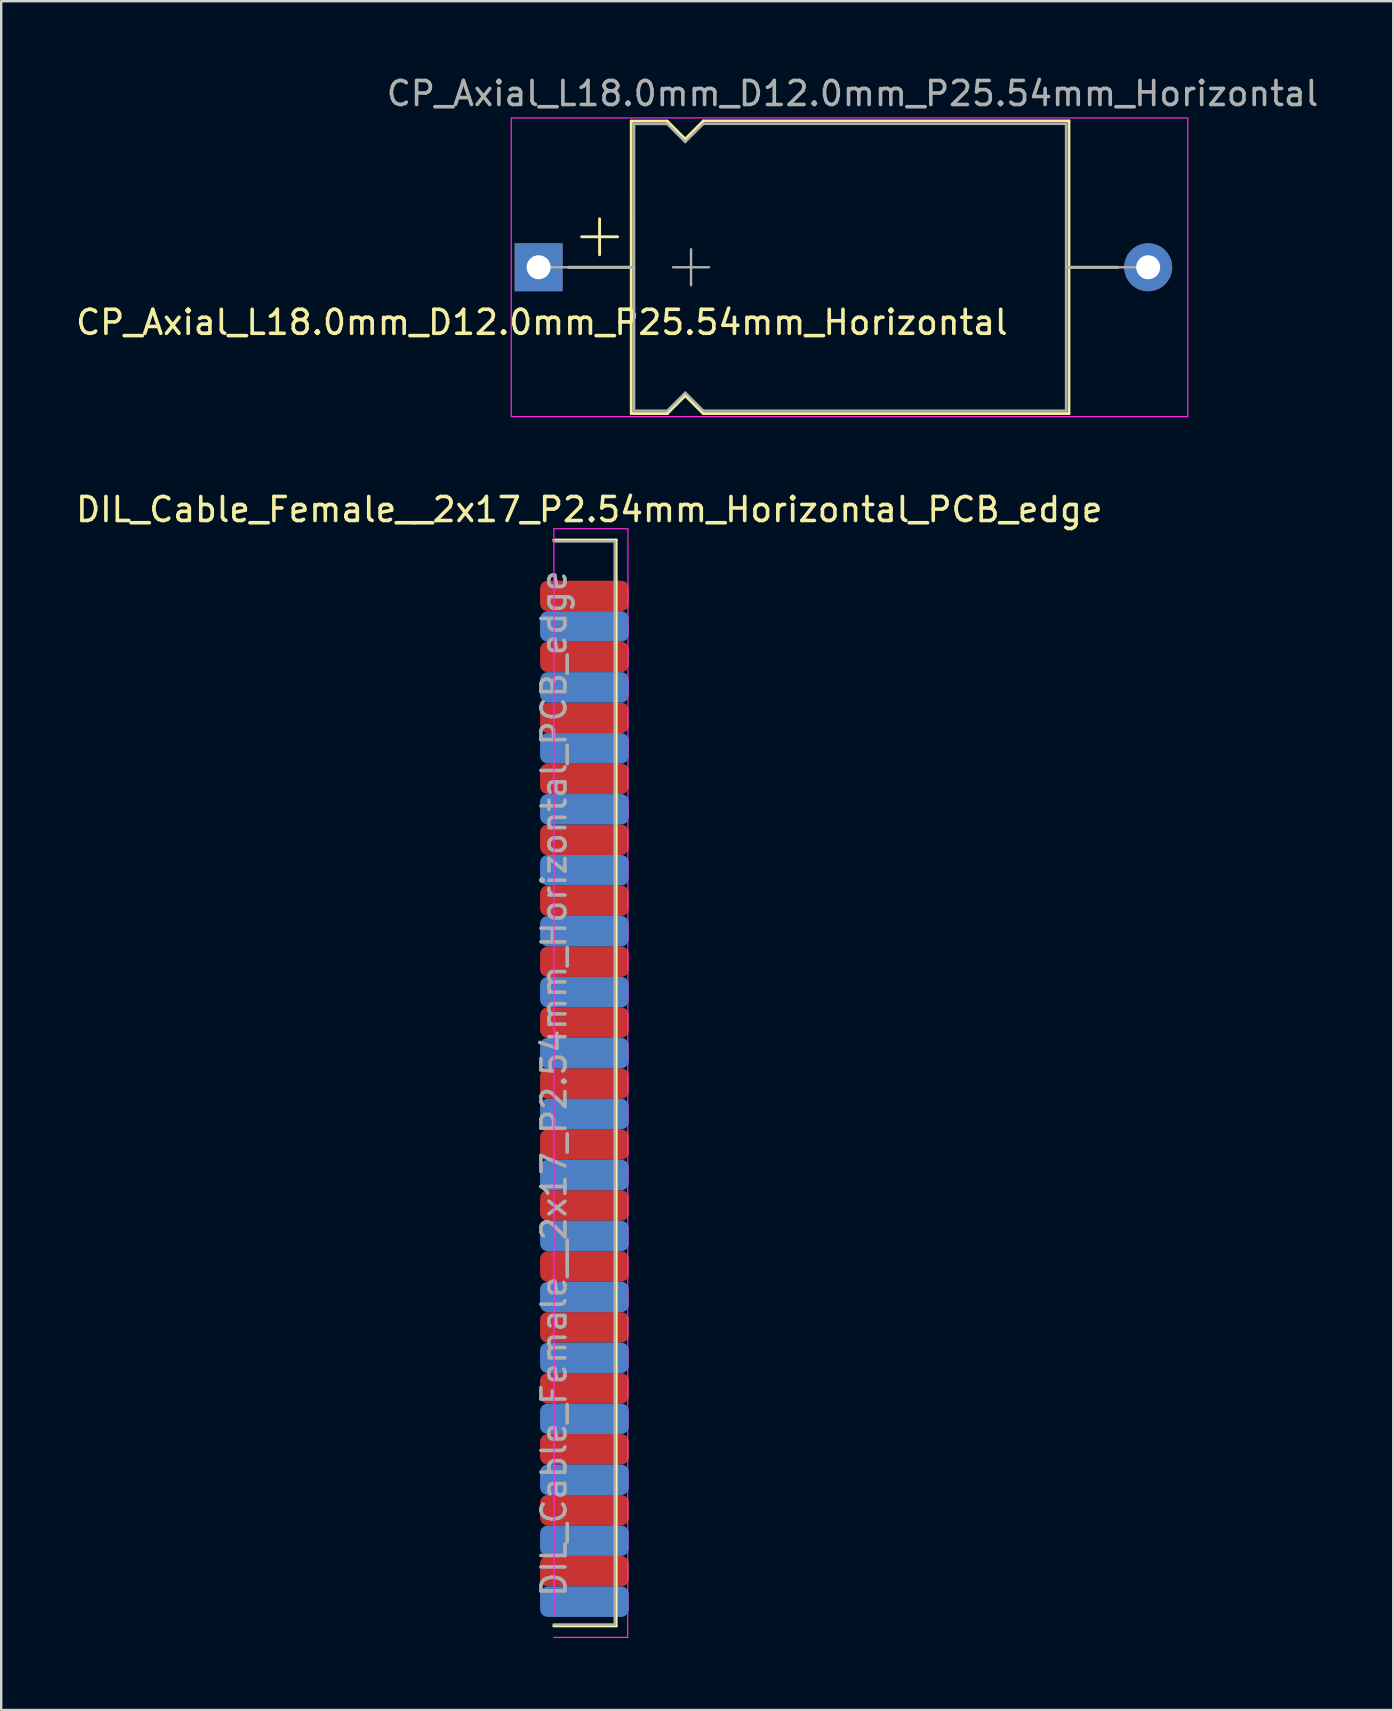
<source format=kicad_pcb>
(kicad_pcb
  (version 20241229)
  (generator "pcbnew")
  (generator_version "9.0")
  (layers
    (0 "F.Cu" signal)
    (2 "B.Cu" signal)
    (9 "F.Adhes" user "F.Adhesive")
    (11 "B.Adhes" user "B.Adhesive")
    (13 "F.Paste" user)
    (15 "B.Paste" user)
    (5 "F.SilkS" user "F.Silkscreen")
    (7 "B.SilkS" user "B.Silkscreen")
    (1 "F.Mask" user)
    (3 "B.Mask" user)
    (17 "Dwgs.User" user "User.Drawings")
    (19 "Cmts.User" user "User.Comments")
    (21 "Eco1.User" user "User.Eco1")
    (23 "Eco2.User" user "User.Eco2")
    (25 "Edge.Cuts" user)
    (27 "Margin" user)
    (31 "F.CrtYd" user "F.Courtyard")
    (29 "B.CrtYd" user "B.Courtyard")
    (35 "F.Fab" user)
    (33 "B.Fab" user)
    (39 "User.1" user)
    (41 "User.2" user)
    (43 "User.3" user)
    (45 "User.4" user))
  (footprint "DIL_Cable_Female__2x17_P2.54mm_Horizontal_PCB_edge"
    (layer "F.Cu")
    (at 21.306 21.784)
    (property "Reference" "DIL_Cable_Female__2x17_P2.54mm_Horizontal_PCB_edge" (at 0.2 -3.6 0) (layer "F.SilkS") (effects (font (size 1 1) (thickness 0.15))))
    (attr through_hole)
    (fp_line (start -1.28 -2.33) (end 1.32 -2.33) (stroke (width 0.12) (type solid)) (layer "F.SilkS"))
    (fp_line (start -1.28 42.92) (end 1.32 42.92) (stroke (width 0.12) (type solid)) (layer "F.SilkS"))
    (fp_line (start 1.32 -2.33) (end 1.32 42.92) (stroke (width 0.12) (type solid)) (layer "F.SilkS"))
    (fp_line (start -1.275 -2.8) (end -1.265 42.45) (stroke (width 0.05) (type solid)) (layer "F.CrtYd"))
    (fp_line (start -1.275 43.4) (end 1.8 43.4) (stroke (width 0.05) (type solid)) (layer "F.CrtYd"))
    (fp_line (start 1.8 -2.8) (end -1.275 -2.8) (stroke (width 0.05) (type solid)) (layer "F.CrtYd"))
    (fp_line (start 1.8 43.4) (end 1.81 -2.8) (stroke (width 0.05) (type solid)) (layer "F.CrtYd"))
    (fp_line (start -1.28 -2.27) (end 1.26 -2.27) (stroke (width 0.1) (type solid)) (layer "F.Fab"))
    (fp_line (start 1.26 -2.27) (end 1.26 42.86) (stroke (width 0.1) (type solid)) (layer "F.Fab"))
    (fp_line (start 1.26 42.86) (end -1.28 42.86) (stroke (width 0.1) (type solid)) (layer "F.Fab"))
    (fp_text user "${REFERENCE}" (at -1.27 20.32 90) (layer "F.Fab") (effects (font (size 1 1) (thickness 0.15))))
    (pad "1" smd roundrect (at 0 0) (size 3.7 1.27) (layers "F.Cu" "F.Mask" "F.Paste") (roundrect_rratio 0.25))
    (pad "2" smd roundrect (at 0 1.27) (size 3.7 1.27) (layers "B.Cu" "B.Mask" "B.Paste") (roundrect_rratio 0.25))
    (pad "3" smd roundrect (at 0 2.54) (size 3.7 1.27) (layers "F.Cu" "F.Mask" "F.Paste") (roundrect_rratio 0.25))
    (pad "4" smd roundrect (at 0 3.81) (size 3.7 1.27) (layers "B.Cu" "B.Mask" "B.Paste") (roundrect_rratio 0.25))
    (pad "5" smd roundrect (at 0 5.08) (size 3.7 1.27) (layers "F.Cu" "F.Mask" "F.Paste") (roundrect_rratio 0.25))
    (pad "6" smd roundrect (at 0 6.35) (size 3.7 1.27) (layers "B.Cu" "B.Mask" "B.Paste") (roundrect_rratio 0.25))
    (pad "7" smd roundrect (at 0 7.62) (size 3.7 1.27) (layers "F.Cu" "F.Mask" "F.Paste") (roundrect_rratio 0.25))
    (pad "8" smd roundrect (at 0 8.89) (size 3.7 1.27) (layers "B.Cu" "B.Mask" "B.Paste") (roundrect_rratio 0.25))
    (pad "9" smd roundrect (at 0 10.16) (size 3.7 1.27) (layers "F.Cu" "F.Mask" "F.Paste") (roundrect_rratio 0.25))
    (pad "10" smd roundrect (at 0 11.43) (size 3.7 1.27) (layers "B.Cu" "B.Mask" "B.Paste") (roundrect_rratio 0.25))
    (pad "11" smd roundrect (at 0 12.7) (size 3.7 1.27) (layers "F.Cu" "F.Mask" "F.Paste") (roundrect_rratio 0.25))
    (pad "12" smd roundrect (at 0 13.97) (size 3.7 1.27) (layers "B.Cu" "B.Mask" "B.Paste") (roundrect_rratio 0.25))
    (pad "13" smd roundrect (at 0 15.24) (size 3.7 1.27) (layers "F.Cu" "F.Mask" "F.Paste") (roundrect_rratio 0.25))
    (pad "14" smd roundrect (at 0 16.51) (size 3.7 1.27) (layers "B.Cu" "B.Mask" "B.Paste") (roundrect_rratio 0.25))
    (pad "15" smd roundrect (at 0 17.78) (size 3.7 1.27) (layers "F.Cu" "F.Mask" "F.Paste") (roundrect_rratio 0.25))
    (pad "16" smd roundrect (at 0 19.05) (size 3.7 1.27) (layers "B.Cu" "B.Mask" "B.Paste") (roundrect_rratio 0.25))
    (pad "17" smd roundrect (at 0 20.32) (size 3.7 1.27) (layers "F.Cu" "F.Mask" "F.Paste") (roundrect_rratio 0.25))
    (pad "18" smd roundrect (at 0 21.59) (size 3.7 1.27) (layers "B.Cu" "B.Mask" "B.Paste") (roundrect_rratio 0.25))
    (pad "19" smd roundrect (at 0 22.86) (size 3.7 1.27) (layers "F.Cu" "F.Mask" "F.Paste") (roundrect_rratio 0.25))
    (pad "20" smd roundrect (at 0 24.13) (size 3.7 1.27) (layers "B.Cu" "B.Mask" "B.Paste") (roundrect_rratio 0.25))
    (pad "21" smd roundrect (at 0 25.4) (size 3.7 1.27) (layers "F.Cu" "F.Mask" "F.Paste") (roundrect_rratio 0.25))
    (pad "22" smd roundrect (at 0 26.67) (size 3.7 1.27) (layers "B.Cu" "B.Mask" "B.Paste") (roundrect_rratio 0.25))
    (pad "23" smd roundrect (at 0 27.94) (size 3.7 1.27) (layers "F.Cu" "F.Mask" "F.Paste") (roundrect_rratio 0.25))
    (pad "24" smd roundrect (at 0 29.21) (size 3.7 1.27) (layers "B.Cu" "B.Mask" "B.Paste") (roundrect_rratio 0.25))
    (pad "25" smd roundrect (at 0 30.48) (size 3.7 1.27) (layers "F.Cu" "F.Mask" "F.Paste") (roundrect_rratio 0.25))
    (pad "26" smd roundrect (at 0 31.75) (size 3.7 1.27) (layers "B.Cu" "B.Mask" "B.Paste") (roundrect_rratio 0.25))
    (pad "27" smd roundrect (at 0 33.02) (size 3.7 1.27) (layers "F.Cu" "F.Mask" "F.Paste") (roundrect_rratio 0.25))
    (pad "28" smd roundrect (at 0 34.29) (size 3.7 1.27) (layers "B.Cu" "B.Mask" "B.Paste") (roundrect_rratio 0.25))
    (pad "29" smd roundrect (at 0 35.56) (size 3.7 1.27) (layers "F.Cu" "F.Mask" "F.Paste") (roundrect_rratio 0.25))
    (pad "30" smd roundrect (at 0 36.83) (size 3.7 1.27) (layers "B.Cu" "B.Mask" "B.Paste") (roundrect_rratio 0.25))
    (pad "31" smd roundrect (at 0 38.1) (size 3.7 1.27) (layers "F.Cu" "F.Mask" "F.Paste") (roundrect_rratio 0.25))
    (pad "32" smd roundrect (at 0 39.37) (size 3.7 1.27) (layers "B.Cu" "B.Mask" "B.Paste") (roundrect_rratio 0.25))
    (pad "33" smd roundrect (at 0 40.64) (size 3.7 1.27) (layers "F.Cu" "F.Mask" "F.Paste") (roundrect_rratio 0.25))
    (pad "34" smd roundrect (at 0 41.91) (size 3.7 1.27) (layers "B.Cu" "B.Mask" "B.Paste") (roundrect_rratio 0.25)))
  (footprint "CP_Axial_L18.0mm_D12.0mm_P25.54mm_Horizontal"
    (layer "F.Cu")
    (at 19.396 8.087)
    (property "Reference" "CP_Axial_L18.0mm_D12.0mm_P25.54mm_Horizontal" (at 0.134 2.297 180) (layer "F.SilkS") (effects (font (size 1 1) (thickness 0.15))))
    (attr through_hole)
    (fp_line (start 1.24 0) (end 3.86 0) (stroke (width 0.12) (type solid)) (layer "F.SilkS"))
    (fp_line (start 1.79 -1.27) (end 3.29 -1.27) (stroke (width 0.12) (type solid)) (layer "F.SilkS"))
    (fp_line (start 2.54 -2.02) (end 2.54 -0.52) (stroke (width 0.12) (type solid)) (layer "F.SilkS"))
    (fp_line (start 3.858 -6.089) (end 3.86 6.096) (stroke (width 0.12) (type solid)) (layer "F.SilkS"))
    (fp_line (start 3.858 -6.089) (end 5.358 -6.089) (stroke (width 0.12) (type solid)) (layer "F.SilkS"))
    (fp_line (start 3.86 6.096) (end 5.36 6.096) (stroke (width 0.12) (type solid)) (layer "F.SilkS"))
    (fp_line (start 5.358 -6.089) (end 6.108 -5.339) (stroke (width 0.12) (type solid)) (layer "F.SilkS"))
    (fp_line (start 5.36 6.096) (end 6.11 5.346) (stroke (width 0.12) (type solid)) (layer "F.SilkS"))
    (fp_line (start 6.108 -5.339) (end 6.858 -6.089) (stroke (width 0.12) (type solid)) (layer "F.SilkS"))
    (fp_line (start 6.11 5.346) (end 6.86 6.096) (stroke (width 0.12) (type solid)) (layer "F.SilkS"))
    (fp_line (start 6.86 -6.096) (end 22.098 -6.096) (stroke (width 0.12) (type solid)) (layer "F.SilkS"))
    (fp_line (start 6.86 6.096) (end 22.098 6.096) (stroke (width 0.12) (type solid)) (layer "F.SilkS"))
    (fp_line (start 22.098 -6.096) (end 22.098 6.096) (stroke (width 0.12) (type solid)) (layer "F.SilkS"))
    (fp_line (start 24.13 0) (end 22.098 0) (stroke (width 0.12) (type solid)) (layer "F.SilkS"))
    (fp_rect (start -1.143 -6.223) (end 27.051 6.223) (stroke (width 0.05) (type default)) (fill no) (layer "F.CrtYd"))
    (fp_line (start 0 0) (end 3.98 0) (stroke (width 0.1) (type solid)) (layer "F.Fab"))
    (fp_line (start 3.978 -5.969) (end 3.98 5.976) (stroke (width 0.1) (type solid)) (layer "F.Fab"))
    (fp_line (start 3.978 -5.969) (end 5.358 -5.969) (stroke (width 0.1) (type solid)) (layer "F.Fab"))
    (fp_line (start 3.98 5.976) (end 5.36 5.976) (stroke (width 0.1) (type solid)) (layer "F.Fab"))
    (fp_line (start 5.358 -5.969) (end 6.108 -5.219) (stroke (width 0.1) (type solid)) (layer "F.Fab"))
    (fp_line (start 5.36 5.976) (end 6.11 5.226) (stroke (width 0.1) (type solid)) (layer "F.Fab"))
    (fp_line (start 5.6 0) (end 7.1 0) (stroke (width 0.1) (type solid)) (layer "F.Fab"))
    (fp_line (start 6.108 -5.219) (end 6.858 -5.969) (stroke (width 0.1) (type solid)) (layer "F.Fab"))
    (fp_line (start 6.11 5.226) (end 6.86 5.976) (stroke (width 0.1) (type solid)) (layer "F.Fab"))
    (fp_line (start 6.35 -0.75) (end 6.35 0.75) (stroke (width 0.1) (type solid)) (layer "F.Fab"))
    (fp_line (start 6.86 -5.976) (end 21.978 -5.976) (stroke (width 0.1) (type solid)) (layer "F.Fab"))
    (fp_line (start 6.86 5.976) (end 21.978 5.976) (stroke (width 0.1) (type solid)) (layer "F.Fab"))
    (fp_line (start 21.978 -5.976) (end 21.978 5.976) (stroke (width 0.1) (type solid)) (layer "F.Fab"))
    (fp_line (start 25.4 0) (end 21.978 0) (stroke (width 0.1) (type solid)) (layer "F.Fab"))
    (fp_text user "${REFERENCE}" (at 13.081 -7.239 180) (layer "F.Fab") (effects (font (size 1 1) (thickness 0.15))))
    (pad "1" thru_hole rect (at 0 0) (size 2 2) (drill 1) (layers "*.Cu" "*.Mask"))
    (pad "2" thru_hole oval (at 25.4 0) (size 2 2) (drill 1) (layers "*.Cu" "*.Mask")))
  (gr_rect
    (start -3 -3)
    (end 55.007 68.209)
    (stroke (width 0.1) (type default))
    (fill no)
    (layer "Edge.Cuts")))
</source>
